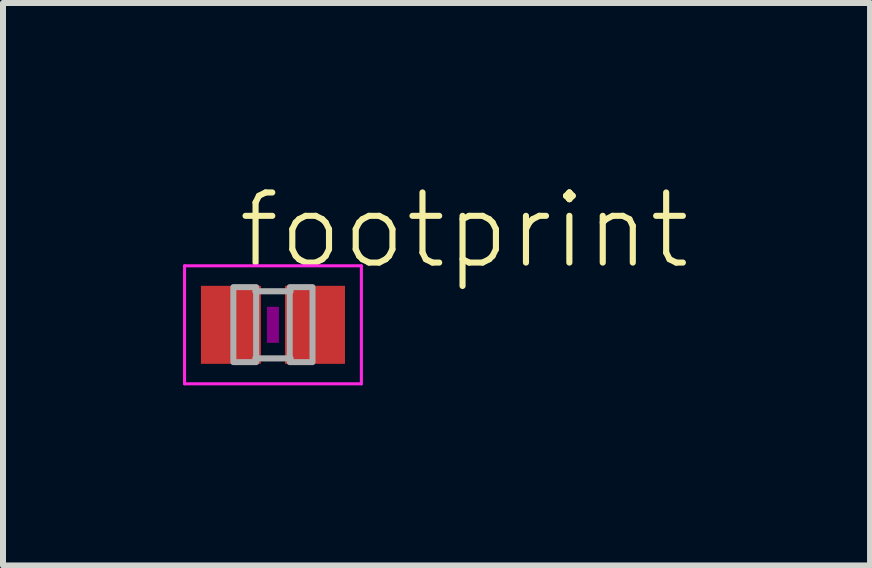
<source format=kicad_pcb>
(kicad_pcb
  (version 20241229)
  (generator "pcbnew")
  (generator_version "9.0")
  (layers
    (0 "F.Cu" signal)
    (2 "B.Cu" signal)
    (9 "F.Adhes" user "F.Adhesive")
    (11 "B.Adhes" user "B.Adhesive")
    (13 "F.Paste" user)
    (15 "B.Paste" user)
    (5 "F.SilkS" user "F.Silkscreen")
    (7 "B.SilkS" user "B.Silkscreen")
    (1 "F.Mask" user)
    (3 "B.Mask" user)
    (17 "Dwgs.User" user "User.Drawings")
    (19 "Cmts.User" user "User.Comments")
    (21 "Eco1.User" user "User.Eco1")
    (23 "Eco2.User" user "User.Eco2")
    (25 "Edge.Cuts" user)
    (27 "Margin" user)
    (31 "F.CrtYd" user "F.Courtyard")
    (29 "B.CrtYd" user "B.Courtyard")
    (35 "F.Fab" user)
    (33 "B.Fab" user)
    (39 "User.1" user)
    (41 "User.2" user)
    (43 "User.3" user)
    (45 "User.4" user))
  (footprint "footprint"
    (layer "F.Cu")
    (at 1.498 2.362)
    (property "Reference" "footprint" (at -0.635 -0.889 0) (layer "F.SilkS") (effects (font (size 1.168 1.168) (thickness 0.102)) (justify left bottom)))
    (fp_poly (pts (xy -0.1 0.3) (xy 0.1 0.3) (xy 0.1 -0.3) (xy -0.1 -0.3)) (stroke (width 0) (type solid)) (fill yes) (layer "F.Adhes"))
    (fp_line (start -1.473 -0.983) (end 1.473 -0.983) (stroke (width 0.051) (type solid)) (layer "F.CrtYd"))
    (fp_line (start -1.473 0.983) (end -1.473 -0.983) (stroke (width 0.051) (type solid)) (layer "F.CrtYd"))
    (fp_line (start 1.473 -0.983) (end 1.473 0.983) (stroke (width 0.051) (type solid)) (layer "F.CrtYd"))
    (fp_line (start 1.473 0.983) (end -1.473 0.983) (stroke (width 0.051) (type solid)) (layer "F.CrtYd"))
    (fp_line (start -0.294 -0.559) (end 0.294 -0.559) (stroke (width 0.102) (type solid)) (layer "F.Fab"))
    (fp_line (start -0.294 0.559) (end 0.294 0.559) (stroke (width 0.102) (type solid)) (layer "F.Fab"))
    (fp_poly (pts (xy -0.66 0.622) (xy -0.28 0.622) (xy -0.28 -0.628) (xy -0.66 -0.628)) (stroke (width 0.1) (type solid)) (fill no) (layer "F.Fab"))
    (fp_poly (pts (xy 0.279 0.622) (xy 0.659 0.622) (xy 0.659 -0.628) (xy 0.279 -0.628)) (stroke (width 0.1) (type solid)) (fill no) (layer "F.Fab"))
    (pad "1" smd rect (at -0.7 0) (size 1 1.3) (layers "F.Cu" "F.Mask" "F.Paste"))
    (pad "2" smd rect (at 0.7 0) (size 1 1.3) (layers "F.Cu" "F.Mask" "F.Paste")))
  (gr_rect
    (start -3 -3)
    (end 11.446 6.371)
    (stroke (width 0.1) (type default))
    (fill no)
    (layer "Edge.Cuts")))
</source>
